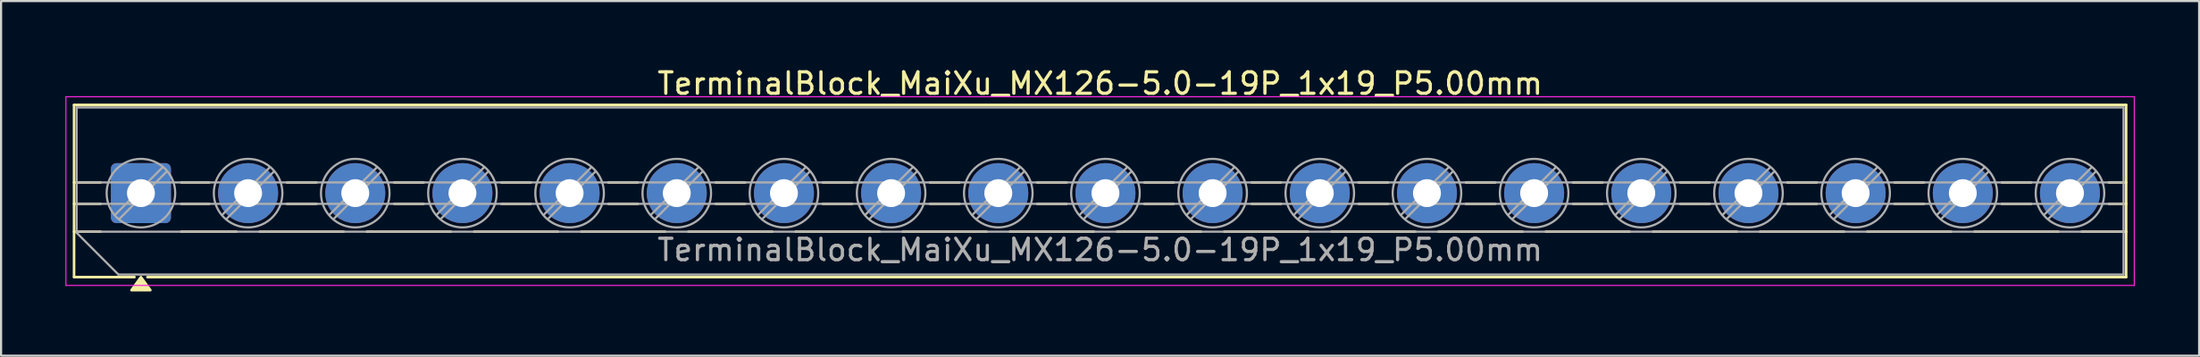
<source format=kicad_pcb>
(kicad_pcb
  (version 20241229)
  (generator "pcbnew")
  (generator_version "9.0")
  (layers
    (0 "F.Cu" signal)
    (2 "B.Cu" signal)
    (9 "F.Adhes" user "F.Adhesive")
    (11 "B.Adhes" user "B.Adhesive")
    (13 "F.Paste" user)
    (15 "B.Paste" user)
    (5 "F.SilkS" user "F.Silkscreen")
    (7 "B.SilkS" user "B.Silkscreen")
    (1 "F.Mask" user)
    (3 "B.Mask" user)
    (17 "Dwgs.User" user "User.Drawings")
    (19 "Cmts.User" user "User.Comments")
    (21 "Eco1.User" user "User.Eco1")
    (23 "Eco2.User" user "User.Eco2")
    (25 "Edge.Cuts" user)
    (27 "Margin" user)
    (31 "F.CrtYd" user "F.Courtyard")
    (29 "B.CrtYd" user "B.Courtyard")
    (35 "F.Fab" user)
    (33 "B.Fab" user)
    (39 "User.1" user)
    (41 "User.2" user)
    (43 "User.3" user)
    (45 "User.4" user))
  (footprint "TerminalBlock_MaiXu_MX126-5.0-19P_1x19_P5.00mm"
    (layer "F.Cu")
    (at 3.525 5.968)
    (property "Reference" "TerminalBlock_MaiXu_MX126-5.0-19P_1x19_P5.00mm" (at 44.75 -5.12 0) (layer "F.SilkS") (effects (font (size 1 1) (thickness 0.15))))
    (attr through_hole)
    (fp_line (start -3.12 -4.12) (end -3.12 3.92) (stroke (width 0.12) (type solid)) (layer "F.SilkS"))
    (fp_line (start -3.12 -4.12) (end 92.62 -4.12) (stroke (width 0.12) (type solid)) (layer "F.SilkS"))
    (fp_line (start -3.12 -0.5) (end -1.88 -0.5) (stroke (width 0.12) (type solid)) (layer "F.SilkS"))
    (fp_line (start -3.12 0.5) (end -1.88 0.5) (stroke (width 0.12) (type solid)) (layer "F.SilkS"))
    (fp_line (start -3.12 1.8) (end -1.88 1.8) (stroke (width 0.12) (type solid)) (layer "F.SilkS"))
    (fp_line (start -3.12 3.92) (end -0.3 3.92) (stroke (width 0.12) (type solid)) (layer "F.SilkS"))
    (fp_line (start 0.3 3.92) (end 92.62 3.92) (stroke (width 0.12) (type solid)) (layer "F.SilkS"))
    (fp_line (start 1.88 -0.5) (end 3.188 -0.5) (stroke (width 0.12) (type solid)) (layer "F.SilkS"))
    (fp_line (start 1.88 0.5) (end 3.188 0.5) (stroke (width 0.12) (type solid)) (layer "F.SilkS"))
    (fp_line (start 1.88 1.8) (end 4.457 1.8) (stroke (width 0.12) (type solid)) (layer "F.SilkS"))
    (fp_line (start 5.543 1.8) (end 9.457 1.8) (stroke (width 0.12) (type solid)) (layer "F.SilkS"))
    (fp_line (start 6.812 -0.5) (end 8.188 -0.5) (stroke (width 0.12) (type solid)) (layer "F.SilkS"))
    (fp_line (start 6.812 0.5) (end 8.188 0.5) (stroke (width 0.12) (type solid)) (layer "F.SilkS"))
    (fp_line (start 10.543 1.8) (end 14.457 1.8) (stroke (width 0.12) (type solid)) (layer "F.SilkS"))
    (fp_line (start 11.812 -0.5) (end 13.188 -0.5) (stroke (width 0.12) (type solid)) (layer "F.SilkS"))
    (fp_line (start 11.812 0.5) (end 13.188 0.5) (stroke (width 0.12) (type solid)) (layer "F.SilkS"))
    (fp_line (start 15.543 1.8) (end 19.457 1.8) (stroke (width 0.12) (type solid)) (layer "F.SilkS"))
    (fp_line (start 16.812 -0.5) (end 18.188 -0.5) (stroke (width 0.12) (type solid)) (layer "F.SilkS"))
    (fp_line (start 16.812 0.5) (end 18.188 0.5) (stroke (width 0.12) (type solid)) (layer "F.SilkS"))
    (fp_line (start 20.543 1.8) (end 24.457 1.8) (stroke (width 0.12) (type solid)) (layer "F.SilkS"))
    (fp_line (start 21.812 -0.5) (end 23.188 -0.5) (stroke (width 0.12) (type solid)) (layer "F.SilkS"))
    (fp_line (start 21.812 0.5) (end 23.188 0.5) (stroke (width 0.12) (type solid)) (layer "F.SilkS"))
    (fp_line (start 25.543 1.8) (end 29.457 1.8) (stroke (width 0.12) (type solid)) (layer "F.SilkS"))
    (fp_line (start 26.812 -0.5) (end 28.188 -0.5) (stroke (width 0.12) (type solid)) (layer "F.SilkS"))
    (fp_line (start 26.812 0.5) (end 28.188 0.5) (stroke (width 0.12) (type solid)) (layer "F.SilkS"))
    (fp_line (start 30.543 1.8) (end 34.457 1.8) (stroke (width 0.12) (type solid)) (layer "F.SilkS"))
    (fp_line (start 31.812 -0.5) (end 33.188 -0.5) (stroke (width 0.12) (type solid)) (layer "F.SilkS"))
    (fp_line (start 31.812 0.5) (end 33.188 0.5) (stroke (width 0.12) (type solid)) (layer "F.SilkS"))
    (fp_line (start 35.543 1.8) (end 39.457 1.8) (stroke (width 0.12) (type solid)) (layer "F.SilkS"))
    (fp_line (start 36.812 -0.5) (end 38.188 -0.5) (stroke (width 0.12) (type solid)) (layer "F.SilkS"))
    (fp_line (start 36.812 0.5) (end 38.188 0.5) (stroke (width 0.12) (type solid)) (layer "F.SilkS"))
    (fp_line (start 40.543 1.8) (end 44.457 1.8) (stroke (width 0.12) (type solid)) (layer "F.SilkS"))
    (fp_line (start 41.812 -0.5) (end 43.188 -0.5) (stroke (width 0.12) (type solid)) (layer "F.SilkS"))
    (fp_line (start 41.812 0.5) (end 43.188 0.5) (stroke (width 0.12) (type solid)) (layer "F.SilkS"))
    (fp_line (start 45.543 1.8) (end 49.457 1.8) (stroke (width 0.12) (type solid)) (layer "F.SilkS"))
    (fp_line (start 46.812 -0.5) (end 48.188 -0.5) (stroke (width 0.12) (type solid)) (layer "F.SilkS"))
    (fp_line (start 46.812 0.5) (end 48.188 0.5) (stroke (width 0.12) (type solid)) (layer "F.SilkS"))
    (fp_line (start 50.543 1.8) (end 54.457 1.8) (stroke (width 0.12) (type solid)) (layer "F.SilkS"))
    (fp_line (start 51.812 -0.5) (end 53.188 -0.5) (stroke (width 0.12) (type solid)) (layer "F.SilkS"))
    (fp_line (start 51.812 0.5) (end 53.188 0.5) (stroke (width 0.12) (type solid)) (layer "F.SilkS"))
    (fp_line (start 55.543 1.8) (end 59.457 1.8) (stroke (width 0.12) (type solid)) (layer "F.SilkS"))
    (fp_line (start 56.812 -0.5) (end 58.188 -0.5) (stroke (width 0.12) (type solid)) (layer "F.SilkS"))
    (fp_line (start 56.812 0.5) (end 58.188 0.5) (stroke (width 0.12) (type solid)) (layer "F.SilkS"))
    (fp_line (start 60.543 1.8) (end 64.457 1.8) (stroke (width 0.12) (type solid)) (layer "F.SilkS"))
    (fp_line (start 61.812 -0.5) (end 63.188 -0.5) (stroke (width 0.12) (type solid)) (layer "F.SilkS"))
    (fp_line (start 61.812 0.5) (end 63.188 0.5) (stroke (width 0.12) (type solid)) (layer "F.SilkS"))
    (fp_line (start 65.543 1.8) (end 69.457 1.8) (stroke (width 0.12) (type solid)) (layer "F.SilkS"))
    (fp_line (start 66.812 -0.5) (end 68.188 -0.5) (stroke (width 0.12) (type solid)) (layer "F.SilkS"))
    (fp_line (start 66.812 0.5) (end 68.188 0.5) (stroke (width 0.12) (type solid)) (layer "F.SilkS"))
    (fp_line (start 70.543 1.8) (end 74.457 1.8) (stroke (width 0.12) (type solid)) (layer "F.SilkS"))
    (fp_line (start 71.812 -0.5) (end 73.188 -0.5) (stroke (width 0.12) (type solid)) (layer "F.SilkS"))
    (fp_line (start 71.812 0.5) (end 73.188 0.5) (stroke (width 0.12) (type solid)) (layer "F.SilkS"))
    (fp_line (start 75.543 1.8) (end 79.457 1.8) (stroke (width 0.12) (type solid)) (layer "F.SilkS"))
    (fp_line (start 76.812 -0.5) (end 78.188 -0.5) (stroke (width 0.12) (type solid)) (layer "F.SilkS"))
    (fp_line (start 76.812 0.5) (end 78.188 0.5) (stroke (width 0.12) (type solid)) (layer "F.SilkS"))
    (fp_line (start 80.543 1.8) (end 84.457 1.8) (stroke (width 0.12) (type solid)) (layer "F.SilkS"))
    (fp_line (start 81.812 -0.5) (end 83.188 -0.5) (stroke (width 0.12) (type solid)) (layer "F.SilkS"))
    (fp_line (start 81.812 0.5) (end 83.188 0.5) (stroke (width 0.12) (type solid)) (layer "F.SilkS"))
    (fp_line (start 85.543 1.8) (end 89.457 1.8) (stroke (width 0.12) (type solid)) (layer "F.SilkS"))
    (fp_line (start 86.812 -0.5) (end 88.188 -0.5) (stroke (width 0.12) (type solid)) (layer "F.SilkS"))
    (fp_line (start 86.812 0.5) (end 88.188 0.5) (stroke (width 0.12) (type solid)) (layer "F.SilkS"))
    (fp_line (start 90.543 1.8) (end 92.62 1.8) (stroke (width 0.12) (type solid)) (layer "F.SilkS"))
    (fp_line (start 91.812 -0.5) (end 92.62 -0.5) (stroke (width 0.12) (type solid)) (layer "F.SilkS"))
    (fp_line (start 91.812 0.5) (end 92.62 0.5) (stroke (width 0.12) (type solid)) (layer "F.SilkS"))
    (fp_line (start 92.62 -4.12) (end 92.62 3.92) (stroke (width 0.12) (type solid)) (layer "F.SilkS"))
    (fp_poly (pts (xy 0 3.92) (xy 0.44 4.53) (xy -0.44 4.53)) (stroke (width 0.12) (type solid)) (fill yes) (layer "F.SilkS"))
    (fp_line (start -3.5 -4.5) (end -3.5 4.31) (stroke (width 0.05) (type solid)) (layer "F.CrtYd"))
    (fp_line (start -3.5 4.31) (end 93 4.31) (stroke (width 0.05) (type solid)) (layer "F.CrtYd"))
    (fp_line (start 93 -4.5) (end -3.5 -4.5) (stroke (width 0.05) (type solid)) (layer "F.CrtYd"))
    (fp_line (start 93 4.31) (end 93 -4.5) (stroke (width 0.05) (type solid)) (layer "F.CrtYd"))
    (fp_line (start -3 -4) (end 92.5 -4) (stroke (width 0.1) (type solid)) (layer "F.Fab"))
    (fp_line (start -3 -0.5) (end 92.5 -0.5) (stroke (width 0.1) (type solid)) (layer "F.Fab"))
    (fp_line (start -3 0.5) (end 92.5 0.5) (stroke (width 0.1) (type solid)) (layer "F.Fab"))
    (fp_line (start -3 1.8) (end 92.5 1.8) (stroke (width 0.1) (type solid)) (layer "F.Fab"))
    (fp_line (start -3 1.85) (end -3 -4) (stroke (width 0.1) (type solid)) (layer "F.Fab"))
    (fp_line (start -1.05 3.8) (end -3 1.85) (stroke (width 0.1) (type solid)) (layer "F.Fab"))
    (fp_line (start 1.018 -1.213) (end -1.213 1.018) (stroke (width 0.1) (type solid)) (layer "F.Fab"))
    (fp_line (start 1.213 -1.018) (end -1.018 1.213) (stroke (width 0.1) (type solid)) (layer "F.Fab"))
    (fp_line (start 6.018 -1.213) (end 3.787 1.018) (stroke (width 0.1) (type solid)) (layer "F.Fab"))
    (fp_line (start 6.213 -1.018) (end 3.982 1.213) (stroke (width 0.1) (type solid)) (layer "F.Fab"))
    (fp_line (start 11.018 -1.213) (end 8.787 1.018) (stroke (width 0.1) (type solid)) (layer "F.Fab"))
    (fp_line (start 11.213 -1.018) (end 8.982 1.213) (stroke (width 0.1) (type solid)) (layer "F.Fab"))
    (fp_line (start 16.018 -1.213) (end 13.787 1.018) (stroke (width 0.1) (type solid)) (layer "F.Fab"))
    (fp_line (start 16.213 -1.018) (end 13.982 1.213) (stroke (width 0.1) (type solid)) (layer "F.Fab"))
    (fp_line (start 21.018 -1.213) (end 18.787 1.018) (stroke (width 0.1) (type solid)) (layer "F.Fab"))
    (fp_line (start 21.213 -1.018) (end 18.982 1.213) (stroke (width 0.1) (type solid)) (layer "F.Fab"))
    (fp_line (start 26.018 -1.213) (end 23.787 1.018) (stroke (width 0.1) (type solid)) (layer "F.Fab"))
    (fp_line (start 26.213 -1.018) (end 23.982 1.213) (stroke (width 0.1) (type solid)) (layer "F.Fab"))
    (fp_line (start 31.018 -1.213) (end 28.787 1.018) (stroke (width 0.1) (type solid)) (layer "F.Fab"))
    (fp_line (start 31.213 -1.018) (end 28.982 1.213) (stroke (width 0.1) (type solid)) (layer "F.Fab"))
    (fp_line (start 36.018 -1.213) (end 33.787 1.018) (stroke (width 0.1) (type solid)) (layer "F.Fab"))
    (fp_line (start 36.213 -1.018) (end 33.982 1.213) (stroke (width 0.1) (type solid)) (layer "F.Fab"))
    (fp_line (start 41.018 -1.213) (end 38.787 1.018) (stroke (width 0.1) (type solid)) (layer "F.Fab"))
    (fp_line (start 41.213 -1.018) (end 38.982 1.213) (stroke (width 0.1) (type solid)) (layer "F.Fab"))
    (fp_line (start 46.018 -1.213) (end 43.787 1.018) (stroke (width 0.1) (type solid)) (layer "F.Fab"))
    (fp_line (start 46.213 -1.018) (end 43.982 1.213) (stroke (width 0.1) (type solid)) (layer "F.Fab"))
    (fp_line (start 51.018 -1.213) (end 48.787 1.018) (stroke (width 0.1) (type solid)) (layer "F.Fab"))
    (fp_line (start 51.213 -1.018) (end 48.982 1.213) (stroke (width 0.1) (type solid)) (layer "F.Fab"))
    (fp_line (start 56.018 -1.213) (end 53.787 1.018) (stroke (width 0.1) (type solid)) (layer "F.Fab"))
    (fp_line (start 56.213 -1.018) (end 53.982 1.213) (stroke (width 0.1) (type solid)) (layer "F.Fab"))
    (fp_line (start 61.018 -1.213) (end 58.787 1.018) (stroke (width 0.1) (type solid)) (layer "F.Fab"))
    (fp_line (start 61.213 -1.018) (end 58.982 1.213) (stroke (width 0.1) (type solid)) (layer "F.Fab"))
    (fp_line (start 66.018 -1.213) (end 63.787 1.018) (stroke (width 0.1) (type solid)) (layer "F.Fab"))
    (fp_line (start 66.213 -1.018) (end 63.982 1.213) (stroke (width 0.1) (type solid)) (layer "F.Fab"))
    (fp_line (start 71.018 -1.213) (end 68.787 1.018) (stroke (width 0.1) (type solid)) (layer "F.Fab"))
    (fp_line (start 71.213 -1.018) (end 68.982 1.213) (stroke (width 0.1) (type solid)) (layer "F.Fab"))
    (fp_line (start 76.018 -1.213) (end 73.787 1.018) (stroke (width 0.1) (type solid)) (layer "F.Fab"))
    (fp_line (start 76.213 -1.018) (end 73.982 1.213) (stroke (width 0.1) (type solid)) (layer "F.Fab"))
    (fp_line (start 81.018 -1.213) (end 78.787 1.018) (stroke (width 0.1) (type solid)) (layer "F.Fab"))
    (fp_line (start 81.213 -1.018) (end 78.982 1.213) (stroke (width 0.1) (type solid)) (layer "F.Fab"))
    (fp_line (start 86.018 -1.213) (end 83.787 1.018) (stroke (width 0.1) (type solid)) (layer "F.Fab"))
    (fp_line (start 86.213 -1.018) (end 83.982 1.213) (stroke (width 0.1) (type solid)) (layer "F.Fab"))
    (fp_line (start 91.018 -1.213) (end 88.787 1.018) (stroke (width 0.1) (type solid)) (layer "F.Fab"))
    (fp_line (start 91.213 -1.018) (end 88.982 1.213) (stroke (width 0.1) (type solid)) (layer "F.Fab"))
    (fp_line (start 92.5 -4) (end 92.5 3.8) (stroke (width 0.1) (type solid)) (layer "F.Fab"))
    (fp_line (start 92.5 3.8) (end -1.05 3.8) (stroke (width 0.1) (type solid)) (layer "F.Fab"))
    (fp_circle (center 0 0) (end 1.6 0) (stroke (width 0.1) (type solid)) (fill no) (layer "F.Fab"))
    (fp_circle (center 5 0) (end 6.6 0) (stroke (width 0.1) (type solid)) (fill no) (layer "F.Fab"))
    (fp_circle (center 10 0) (end 11.6 0) (stroke (width 0.1) (type solid)) (fill no) (layer "F.Fab"))
    (fp_circle (center 15 0) (end 16.6 0) (stroke (width 0.1) (type solid)) (fill no) (layer "F.Fab"))
    (fp_circle (center 20 0) (end 21.6 0) (stroke (width 0.1) (type solid)) (fill no) (layer "F.Fab"))
    (fp_circle (center 25 0) (end 26.6 0) (stroke (width 0.1) (type solid)) (fill no) (layer "F.Fab"))
    (fp_circle (center 30 0) (end 31.6 0) (stroke (width 0.1) (type solid)) (fill no) (layer "F.Fab"))
    (fp_circle (center 35 0) (end 36.6 0) (stroke (width 0.1) (type solid)) (fill no) (layer "F.Fab"))
    (fp_circle (center 40 0) (end 41.6 0) (stroke (width 0.1) (type solid)) (fill no) (layer "F.Fab"))
    (fp_circle (center 45 0) (end 46.6 0) (stroke (width 0.1) (type solid)) (fill no) (layer "F.Fab"))
    (fp_circle (center 50 0) (end 51.6 0) (stroke (width 0.1) (type solid)) (fill no) (layer "F.Fab"))
    (fp_circle (center 55 0) (end 56.6 0) (stroke (width 0.1) (type solid)) (fill no) (layer "F.Fab"))
    (fp_circle (center 60 0) (end 61.6 0) (stroke (width 0.1) (type solid)) (fill no) (layer "F.Fab"))
    (fp_circle (center 65 0) (end 66.6 0) (stroke (width 0.1) (type solid)) (fill no) (layer "F.Fab"))
    (fp_circle (center 70 0) (end 71.6 0) (stroke (width 0.1) (type solid)) (fill no) (layer "F.Fab"))
    (fp_circle (center 75 0) (end 76.6 0) (stroke (width 0.1) (type solid)) (fill no) (layer "F.Fab"))
    (fp_circle (center 80 0) (end 81.6 0) (stroke (width 0.1) (type solid)) (fill no) (layer "F.Fab"))
    (fp_circle (center 85 0) (end 86.6 0) (stroke (width 0.1) (type solid)) (fill no) (layer "F.Fab"))
    (fp_circle (center 90 0) (end 91.6 0) (stroke (width 0.1) (type solid)) (fill no) (layer "F.Fab"))
    (fp_text user "${REFERENCE}" (at 44.75 2.65 0) (layer "F.Fab") (effects (font (size 1 1) (thickness 0.15))))
    (pad "1" thru_hole roundrect (at 0 0) (size 2.8 2.8) (drill 1.3) (layers "*.Cu" "*.Mask") (roundrect_rratio 0.089))
    (pad "2" thru_hole circle (at 5 0) (size 2.8 2.8) (drill 1.3) (layers "*.Cu" "*.Mask"))
    (pad "3" thru_hole circle (at 10 0) (size 2.8 2.8) (drill 1.3) (layers "*.Cu" "*.Mask"))
    (pad "4" thru_hole circle (at 15 0) (size 2.8 2.8) (drill 1.3) (layers "*.Cu" "*.Mask"))
    (pad "5" thru_hole circle (at 20 0) (size 2.8 2.8) (drill 1.3) (layers "*.Cu" "*.Mask"))
    (pad "6" thru_hole circle (at 25 0) (size 2.8 2.8) (drill 1.3) (layers "*.Cu" "*.Mask"))
    (pad "7" thru_hole circle (at 30 0) (size 2.8 2.8) (drill 1.3) (layers "*.Cu" "*.Mask"))
    (pad "8" thru_hole circle (at 35 0) (size 2.8 2.8) (drill 1.3) (layers "*.Cu" "*.Mask"))
    (pad "9" thru_hole circle (at 40 0) (size 2.8 2.8) (drill 1.3) (layers "*.Cu" "*.Mask"))
    (pad "10" thru_hole circle (at 45 0) (size 2.8 2.8) (drill 1.3) (layers "*.Cu" "*.Mask"))
    (pad "11" thru_hole circle (at 50 0) (size 2.8 2.8) (drill 1.3) (layers "*.Cu" "*.Mask"))
    (pad "12" thru_hole circle (at 55 0) (size 2.8 2.8) (drill 1.3) (layers "*.Cu" "*.Mask"))
    (pad "13" thru_hole circle (at 60 0) (size 2.8 2.8) (drill 1.3) (layers "*.Cu" "*.Mask"))
    (pad "14" thru_hole circle (at 65 0) (size 2.8 2.8) (drill 1.3) (layers "*.Cu" "*.Mask"))
    (pad "15" thru_hole circle (at 70 0) (size 2.8 2.8) (drill 1.3) (layers "*.Cu" "*.Mask"))
    (pad "16" thru_hole circle (at 75 0) (size 2.8 2.8) (drill 1.3) (layers "*.Cu" "*.Mask"))
    (pad "17" thru_hole circle (at 80 0) (size 2.8 2.8) (drill 1.3) (layers "*.Cu" "*.Mask"))
    (pad "18" thru_hole circle (at 85 0) (size 2.8 2.8) (drill 1.3) (layers "*.Cu" "*.Mask"))
    (pad "19" thru_hole circle (at 90 0) (size 2.8 2.8) (drill 1.3) (layers "*.Cu" "*.Mask")))
  (gr_rect
    (start -3 -3)
    (end 99.55 13.558)
    (stroke (width 0.1) (type default))
    (fill no)
    (layer "Edge.Cuts")))
</source>
